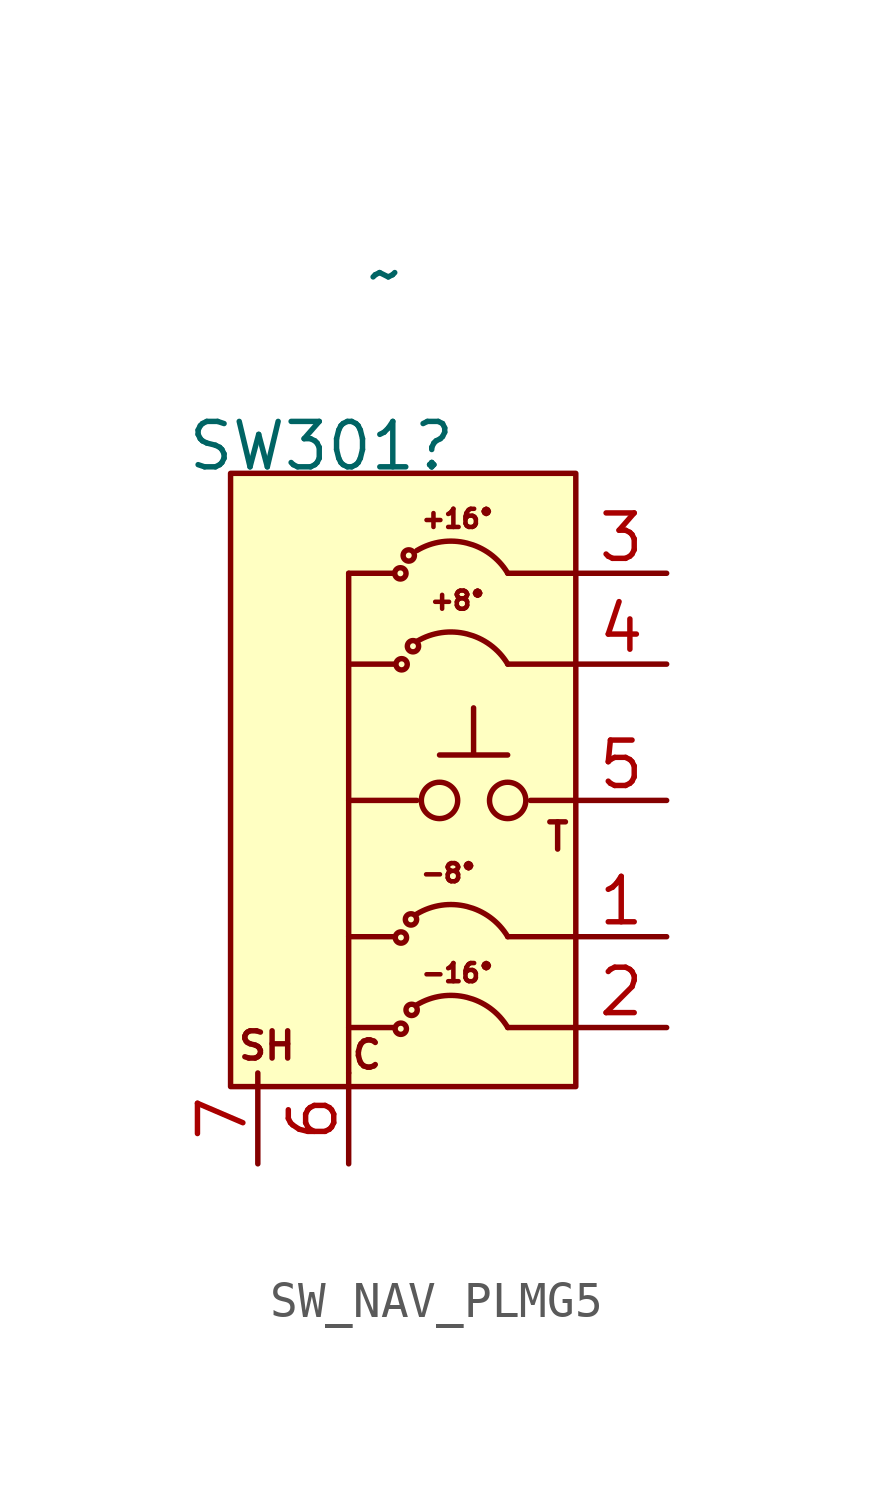
<source format=kicad_sym>
(kicad_symbol_lib
  (version 20231120)
  (generator "kicad_symbol_editor")
  (generator_version "8.0")
  (symbol "SW_NAV_PLMG5"
    (property "Reference" "SW301"
      (at -0.762 4.826 0)
      (effects (font (size 1.27 1.27))))
    (property "Value" "~"
      (at 1.016 9.652 0)
      (effects (font (size 1.27 1.27))))
    (symbol "SW_NAV_PLMG5_0_1"
      (rectangle (start -3.302 4.064) (end 6.35 -13.081) (stroke (width 0) (type default)) (fill (type background)))
      (circle (center 2.54 -5.08) (radius 0.508) (stroke (width 0) (type default)) (fill (type none)))
      (circle (center 4.445 -5.08) (radius 0.508) (stroke (width 0) (type default)) (fill (type none))))
    (symbol "SW_NAV_PLMG5_1_1"
      (polyline (pts (xy 0 -12.7) (xy 0 1.27)) (stroke (width 0) (type default)) (fill (type none)))
      (polyline (pts (xy 0 -11.43) (xy 1.27 -11.43)) (stroke (width 0) (type default)) (fill (type none)))
      (polyline (pts (xy 0 -8.89) (xy 1.27 -8.89)) (stroke (width 0) (type default)) (fill (type none)))
      (polyline (pts (xy 0 -1.27) (xy 1.27 -1.27)) (stroke (width 0) (type default)) (fill (type none)))
      (polyline (pts (xy 0 1.27) (xy 1.27 1.27)) (stroke (width 0) (type default)) (fill (type none)))
      (polyline (pts (xy 1.905 -5.08) (xy 0 -5.08)) (stroke (width 0) (type default)) (fill (type none)))
      (polyline (pts (xy 2.54 -3.81) (xy 4.445 -3.81)) (stroke (width 0) (type default)) (fill (type none)))
      (polyline (pts (xy 3.492 -3.763) (xy 3.492 -2.493)) (stroke (width 0) (type default)) (fill (type none)))
      (polyline (pts (xy 5.08 -5.08) (xy 6.35 -5.08)) (stroke (width 0) (type default)) (fill (type none)))
      (polyline (pts (xy 6.35 -11.43) (xy 4.445 -11.43)) (stroke (width 0) (type default)) (fill (type none)))
      (polyline (pts (xy 6.35 -8.89) (xy 4.445 -8.89)) (stroke (width 0) (type default)) (fill (type none)))
      (polyline (pts (xy 6.35 -1.27) (xy 4.445 -1.27)) (stroke (width 0) (type default)) (fill (type none)))
      (polyline (pts (xy 6.35 1.27) (xy 4.445 1.27)) (stroke (width 0) (type default)) (fill (type none)))
      (circle (center 1.446 1.268) (radius 0.158) (stroke (width 0) (type default)) (fill (type none)))
      (circle (center 1.457 -11.463) (radius 0.158) (stroke (width 0) (type default)) (fill (type none)))
      (circle (center 1.461 -8.913) (radius 0.158) (stroke (width 0) (type default)) (fill (type none)))
      (circle (center 1.48 -1.274) (radius 0.158) (stroke (width 0) (type default)) (fill (type none)))
      (circle (center 1.68 1.768) (radius 0.158) (stroke (width 0) (type default)) (fill (type none)))
      (circle (center 1.742 -8.407) (radius 0.158) (stroke (width 0) (type default)) (fill (type none)))
      (circle (center 1.76 -10.936) (radius 0.158) (stroke (width 0) (type default)) (fill (type none)))
      (circle (center 1.798 -0.769) (radius 0.158) (stroke (width 0) (type default)) (fill (type none)))
      (arc (start 4.445 -11.43) (mid 3.3065 -10.5864) (end 1.905 -10.795) (stroke (width 0) (type default)) (fill (type none)))
      (arc (start 4.445 -8.89) (mid 3.3065 -8.0464) (end 1.905 -8.255) (stroke (width 0) (type default)) (fill (type none)))
      (arc (start 4.445 -1.27) (mid 3.3065 -0.4264) (end 1.905 -0.635) (stroke (width 0) (type default)) (fill (type none)))
      (arc (start 4.445 1.27) (mid 3.3065 2.1136) (end 1.905 1.905) (stroke (width 0) (type default)) (fill (type none)))
      (text "+16°" (at 3.048 2.794 0) (effects (font (size 0.508 0.508))))
      (text "+8°" (at 3.048 0.508 0) (effects (font (size 0.508 0.508))))
      (text "-16°" (at 3.048 -9.906 0) (effects (font (size 0.508 0.508))))
      (text "-8°" (at 2.794 -7.112 0) (effects (font (size 0.508 0.508))))
      (text "C" (at 0.508 -12.192 0) (effects (font (size 0.762 0.762))))
      (text "SH" (at -2.286 -11.938 0) (effects (font (size 0.762 0.762))))
      (text "T" (at 5.842 -6.096 0) (effects (font (size 0.762 0.762))))
      (pin input line (at 8.89 -8.89 180) (length 2.54) (name "" (effects (font (size 1.27 1.27)))) (number "1" (effects (font (size 1.27 1.27)))))
      (pin input line (at 8.89 -11.43 180) (length 2.54) (name "" (effects (font (size 1.27 1.27)))) (number "2" (effects (font (size 1.27 1.27)))))
      (pin input line (at 8.89 1.27 180) (length 2.54) (name "" (effects (font (size 1.27 1.27)))) (number "3" (effects (font (size 1.27 1.27)))))
      (pin input line (at 8.89 -1.27 180) (length 2.54) (name "" (effects (font (size 1.27 1.27)))) (number "4" (effects (font (size 1.27 1.27)))))
      (pin input line (at 8.89 -5.08 180) (length 2.54) (name "" (effects (font (size 1.27 1.27)))) (number "5" (effects (font (size 1.27 1.27)))))
      (pin input line (at 0 -15.24 90) (length 2.54) (name "" (effects (font (size 1.27 1.27)))) (number "6" (effects (font (size 1.27 1.27)))))
      (pin input line (at -2.54 -15.24 90) (length 2.54) (name "" (effects (font (size 1.27 1.27)))) (number "7" (effects (font (size 1.27 1.27))))))))
</source>
